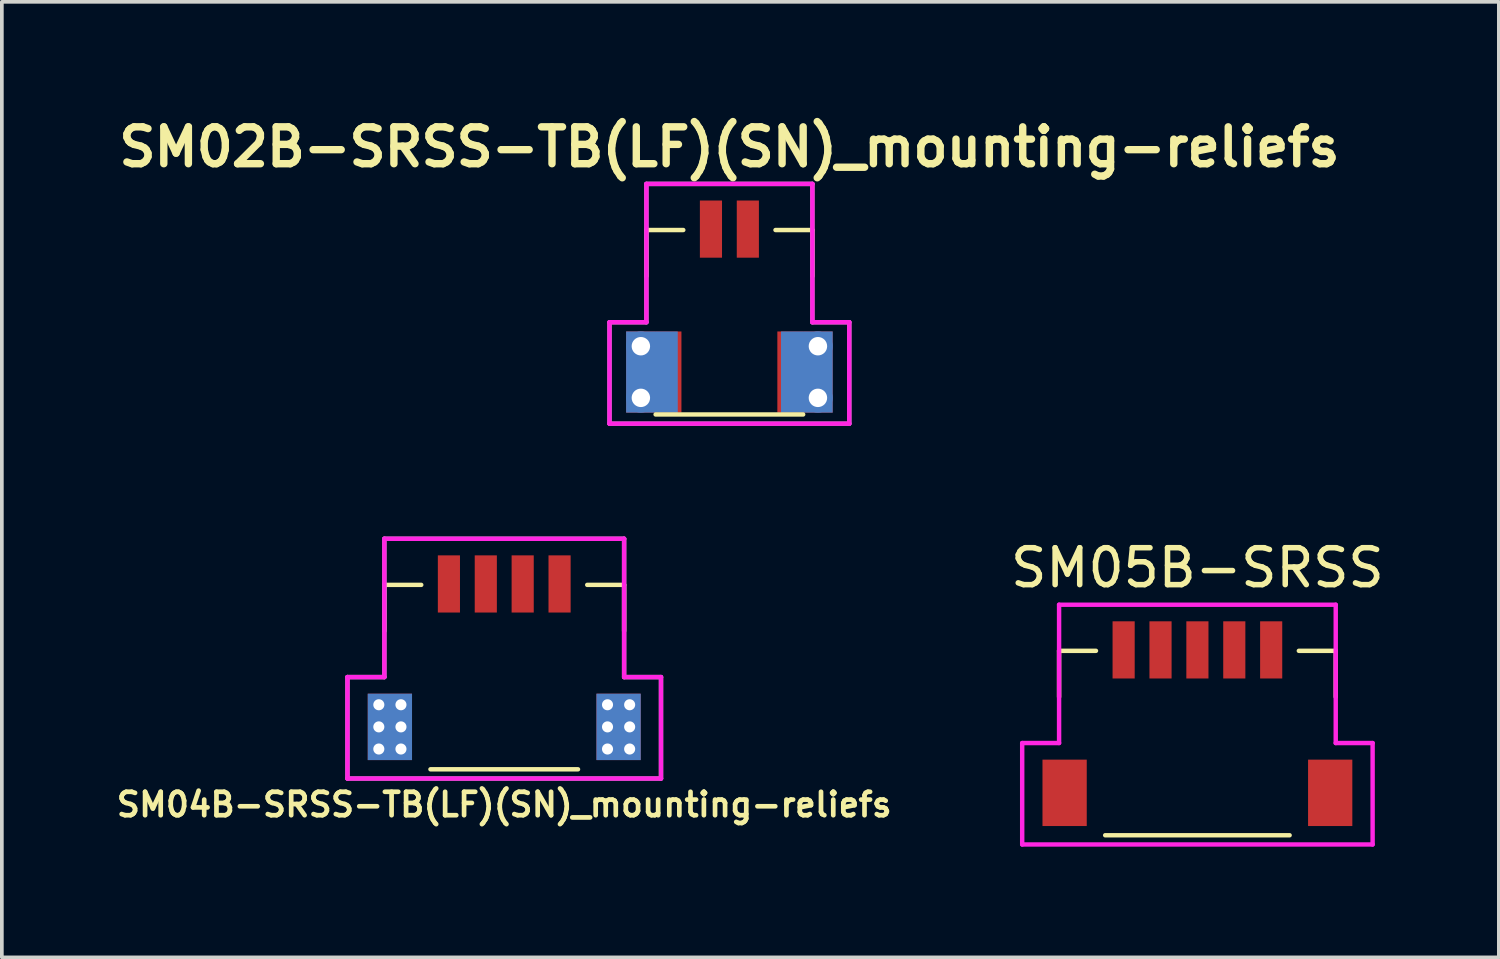
<source format=kicad_pcb>
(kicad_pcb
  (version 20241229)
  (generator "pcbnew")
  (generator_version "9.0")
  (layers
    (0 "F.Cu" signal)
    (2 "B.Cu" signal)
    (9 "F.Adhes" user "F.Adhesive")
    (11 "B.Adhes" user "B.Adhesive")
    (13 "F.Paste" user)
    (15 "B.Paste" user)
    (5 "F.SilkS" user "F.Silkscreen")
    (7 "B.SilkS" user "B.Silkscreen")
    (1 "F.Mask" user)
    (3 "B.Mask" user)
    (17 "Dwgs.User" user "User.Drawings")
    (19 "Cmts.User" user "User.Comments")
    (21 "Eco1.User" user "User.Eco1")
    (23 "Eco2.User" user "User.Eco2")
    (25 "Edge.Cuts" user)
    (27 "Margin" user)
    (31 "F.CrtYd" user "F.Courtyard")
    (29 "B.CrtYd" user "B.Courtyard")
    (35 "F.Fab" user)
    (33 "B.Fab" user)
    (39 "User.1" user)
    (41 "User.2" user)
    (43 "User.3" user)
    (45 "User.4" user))
  (footprint "SM02B-SRSS-TB(LF)(SN)_mounting-reliefs"
    (layer "F.Cu")
    (at 16.724 3.936)
    (property "Reference" "SM02B-SRSS-TB(LF)(SN)_mounting-reliefs" (at 0 -3 180) (layer "F.SilkS") (effects (font (size 1 1) (thickness 0.2))))
    (attr through_hole)
    (fp_line (start -2.25 -0.75) (end -1.25 -0.75) (stroke (width 0.12) (type solid)) (layer "F.SilkS"))
    (fp_line (start -2.25 0.5) (end -2.25 -0.75) (stroke (width 0.12) (type solid)) (layer "F.SilkS"))
    (fp_line (start -2 4.25) (end 2 4.25) (stroke (width 0.12) (type solid)) (layer "F.SilkS"))
    (fp_line (start 2.25 -0.75) (end 1.25 -0.75) (stroke (width 0.12) (type solid)) (layer "F.SilkS"))
    (fp_line (start 2.25 0.5) (end 2.25 -0.75) (stroke (width 0.12) (type solid)) (layer "F.SilkS"))
    (fp_line (start -3.25 1.75) (end -2.25 1.75) (stroke (width 0.12) (type solid)) (layer "F.CrtYd"))
    (fp_line (start -3.25 4.5) (end -3.25 1.75) (stroke (width 0.12) (type solid)) (layer "F.CrtYd"))
    (fp_line (start -2.25 -2) (end 2.25 -2) (stroke (width 0.12) (type solid)) (layer "F.CrtYd"))
    (fp_line (start -2.25 1.75) (end -2.25 -2) (stroke (width 0.12) (type solid)) (layer "F.CrtYd"))
    (fp_line (start 2.25 -2) (end 2.25 1.75) (stroke (width 0.12) (type solid)) (layer "F.CrtYd"))
    (fp_line (start 3.25 1.75) (end 2.25 1.75) (stroke (width 0.12) (type solid)) (layer "F.CrtYd"))
    (fp_line (start 3.25 1.75) (end 3.25 4.5) (stroke (width 0.12) (type solid)) (layer "F.CrtYd"))
    (fp_line (start 3.25 4.5) (end -3.25 4.5) (stroke (width 0.12) (type solid)) (layer "F.CrtYd"))
    (fp_line (start -3.25 1.75) (end -2.25 1.75) (stroke (width 0.12) (type solid)) (layer "F.Fab"))
    (fp_line (start -3.25 4.5) (end -3.25 1.75) (stroke (width 0.12) (type solid)) (layer "F.Fab"))
    (fp_line (start -2.25 -2) (end 2.25 -2) (stroke (width 0.12) (type solid)) (layer "F.Fab"))
    (fp_line (start -2.25 1.75) (end -2.25 -2) (stroke (width 0.12) (type solid)) (layer "F.Fab"))
    (fp_line (start 2.25 -2) (end 2.25 1.75) (stroke (width 0.12) (type solid)) (layer "F.Fab"))
    (fp_line (start 2.25 1.75) (end 3.25 1.75) (stroke (width 0.12) (type solid)) (layer "F.Fab"))
    (fp_line (start 3.25 1.75) (end 3.25 4.5) (stroke (width 0.12) (type solid)) (layer "F.Fab"))
    (fp_line (start 3.25 4.5) (end -3.25 4.5) (stroke (width 0.12) (type solid)) (layer "F.Fab"))
    (pad "1" smd rect (at -0.5 -0.775) (size 0.6 1.55) (layers "F.Cu" "F.Mask" "F.Paste"))
    (pad "2" smd rect (at 0.5 -0.775) (size 0.6 1.55) (layers "F.Cu" "F.Mask" "F.Paste"))
    (pad "MP" thru_hole circle (at -2.4 2.4) (size 0.8 0.8) (drill 0.5) (layers "*.Cu") (remove_unused_layers yes) (keep_end_layers yes) (zone_layer_connections))
    (pad "MP" smd rect (at -2.4 3.1) (size 0.8 2.2) (layers "F.Cu"))
    (pad "MP" thru_hole circle (at -2.4 3.8) (size 0.8 0.8) (drill 0.5) (layers "*.Cu"))
    (pad "MP" smd rect (at -2.1 3.1) (size 1.4 2.2) (layers "B.Cu"))
    (pad "MP" smd rect (at -1.65 3.1) (size 0.7 2.2) (layers "F.Cu" "F.Mask" "F.Paste"))
    (pad "MP" smd rect (at 1.65 3.1 180) (size 0.7 2.2) (layers "F.Cu" "F.Mask" "F.Paste"))
    (pad "MP" smd rect (at 2.1 3.1 180) (size 1.4 2.2) (layers "B.Cu"))
    (pad "MP" thru_hole circle (at 2.4 2.4 180) (size 0.8 0.8) (drill 0.5) (layers "*.Cu"))
    (pad "MP" smd rect (at 2.4 3.1 180) (size 0.8 2.2) (layers "F.Cu"))
    (pad "MP" thru_hole circle (at 2.4 3.8 180) (size 0.8 0.8) (drill 0.5) (layers "*.Cu") (remove_unused_layers yes) (keep_end_layers yes) (zone_layer_connections)))
  (footprint "SM04B-SRSS-TB(LF)(SN)_mounting-reliefs"
    (layer "F.Cu")
    (at 10.62 13.556)
    (property "Reference" "SM04B-SRSS-TB(LF)(SN)_mounting-reliefs" (at 0 5.207 180) (layer "F.SilkS") (effects (font (size 0.635 0.635) (thickness 0.127))))
    (attr smd)
    (fp_line (start -3.25 -0.75) (end -2.25 -0.75) (stroke (width 0.12) (type solid)) (layer "F.SilkS"))
    (fp_line (start -3.25 0.5) (end -3.25 -0.75) (stroke (width 0.12) (type solid)) (layer "F.SilkS"))
    (fp_line (start -2 4.25) (end 2 4.25) (stroke (width 0.12) (type solid)) (layer "F.SilkS"))
    (fp_line (start 3.25 -0.75) (end 2.25 -0.75) (stroke (width 0.12) (type solid)) (layer "F.SilkS"))
    (fp_line (start 3.25 0.5) (end 3.25 -0.75) (stroke (width 0.12) (type solid)) (layer "F.SilkS"))
    (fp_line (start -4.25 1.75) (end -3.25 1.75) (stroke (width 0.12) (type solid)) (layer "F.CrtYd"))
    (fp_line (start -4.25 4.5) (end -4.25 1.75) (stroke (width 0.12) (type solid)) (layer "F.CrtYd"))
    (fp_line (start -3.25 -2) (end 3.25 -2) (stroke (width 0.12) (type solid)) (layer "F.CrtYd"))
    (fp_line (start -3.25 1.75) (end -3.25 -2) (stroke (width 0.12) (type solid)) (layer "F.CrtYd"))
    (fp_line (start 3.25 -2) (end 3.25 1.75) (stroke (width 0.12) (type solid)) (layer "F.CrtYd"))
    (fp_line (start 4.25 1.75) (end 3.25 1.75) (stroke (width 0.12) (type solid)) (layer "F.CrtYd"))
    (fp_line (start 4.25 1.75) (end 4.25 4.5) (stroke (width 0.12) (type solid)) (layer "F.CrtYd"))
    (fp_line (start 4.25 4.5) (end -4.25 4.5) (stroke (width 0.12) (type solid)) (layer "F.CrtYd"))
    (fp_line (start -4.25 1.75) (end -3.25 1.75) (stroke (width 0.12) (type solid)) (layer "F.Fab"))
    (fp_line (start -4.25 4.5) (end -4.25 1.75) (stroke (width 0.12) (type solid)) (layer "F.Fab"))
    (fp_line (start -3.25 -2) (end 3.25 -2) (stroke (width 0.12) (type solid)) (layer "F.Fab"))
    (fp_line (start -3.25 1.75) (end -3.25 -2) (stroke (width 0.12) (type solid)) (layer "F.Fab"))
    (fp_line (start 3.25 -2) (end 3.25 1.75) (stroke (width 0.12) (type solid)) (layer "F.Fab"))
    (fp_line (start 3.25 1.75) (end 4.25 1.75) (stroke (width 0.12) (type solid)) (layer "F.Fab"))
    (fp_line (start 4.25 1.75) (end 4.25 4.5) (stroke (width 0.12) (type solid)) (layer "F.Fab"))
    (fp_line (start 4.25 4.5) (end -4.25 4.5) (stroke (width 0.12) (type solid)) (layer "F.Fab"))
    (pad "1" smd rect (at -1.5 -0.775) (size 0.6 1.55) (layers "F.Cu" "F.Mask" "F.Paste"))
    (pad "2" smd rect (at -0.5 -0.775) (size 0.6 1.55) (layers "F.Cu" "F.Mask" "F.Paste"))
    (pad "3" smd rect (at 0.5 -0.775) (size 0.6 1.55) (layers "F.Cu" "F.Mask" "F.Paste"))
    (pad "4" smd rect (at 1.5 -0.775) (size 0.6 1.55) (layers "F.Cu" "F.Mask" "F.Paste"))
    (pad "MP" thru_hole circle (at -3.4 2.5) (size 0.4 0.4) (drill 0.3) (layers "*.Cu" "F.Mask") (remove_unused_layers yes) (keep_end_layers yes) (zone_layer_connections))
    (pad "MP" thru_hole circle (at -3.4 3.1) (size 0.4 0.4) (drill 0.3) (layers "*.Cu" "F.Mask"))
    (pad "MP" thru_hole circle (at -3.4 3.7) (size 0.4 0.4) (drill 0.3) (layers "*.Cu" "F.Mask"))
    (pad "MP" smd rect (at -3.1 3.1) (size 1.2 1.8) (layers "F.Cu" "F.Mask" "F.Paste"))
    (pad "MP" smd rect (at -3.1 3.1) (size 1.2 1.8) (layers "B.Cu"))
    (pad "MP" thru_hole circle (at -2.8 2.5) (size 0.4 0.4) (drill 0.3) (layers "*.Cu" "F.Mask"))
    (pad "MP" thru_hole circle (at -2.8 3.1) (size 0.4 0.4) (drill 0.3) (layers "*.Cu" "F.Mask") (remove_unused_layers yes) (keep_end_layers yes) (zone_layer_connections))
    (pad "MP" thru_hole circle (at -2.8 3.7) (size 0.4 0.4) (drill 0.3) (layers "*.Cu" "F.Mask") (remove_unused_layers yes) (keep_end_layers yes) (zone_layer_connections))
    (pad "MP" thru_hole circle (at 2.8 2.5 90) (size 0.4 0.4) (drill 0.3) (layers "*.Cu" "F.Mask"))
    (pad "MP" thru_hole circle (at 2.8 3.1) (size 0.4 0.4) (drill 0.3) (layers "*.Cu" "F.Mask") (remove_unused_layers yes) (keep_end_layers yes) (zone_layer_connections))
    (pad "MP" thru_hole circle (at 2.8 3.7) (size 0.4 0.4) (drill 0.3) (layers "*.Cu" "F.Mask"))
    (pad "MP" smd rect (at 3.1 3.1) (size 1.2 1.8) (layers "F.Cu" "F.Mask" "F.Paste"))
    (pad "MP" smd rect (at 3.1 3.1) (size 1.2 1.8) (layers "B.Cu"))
    (pad "MP" thru_hole circle (at 3.4 2.5) (size 0.4 0.4) (drill 0.3) (layers "*.Cu" "F.Mask"))
    (pad "MP" thru_hole circle (at 3.4 3.1) (size 0.4 0.4) (drill 0.3) (layers "*.Cu" "F.Mask"))
    (pad "MP" thru_hole circle (at 3.4 3.7) (size 0.4 0.4) (drill 0.3) (layers "*.Cu" "F.Mask")))
  (footprint "SM05B-SRSS"
    (layer "F.Cu")
    (at 29.412 15.344)
    (property "Reference" "SM05B-SRSS" (at 0 -3 0) (layer "F.SilkS") (effects (font (size 1 1) (thickness 0.15))))
    (attr through_hole)
    (fp_line (start -3.75 -0.75) (end -2.75 -0.75) (stroke (width 0.12) (type solid)) (layer "F.SilkS"))
    (fp_line (start -3.75 0.5) (end -3.75 -0.75) (stroke (width 0.12) (type solid)) (layer "F.SilkS"))
    (fp_line (start -2.5 4.25) (end 2.5 4.25) (stroke (width 0.12) (type solid)) (layer "F.SilkS"))
    (fp_line (start 3.75 -0.75) (end 2.75 -0.75) (stroke (width 0.12) (type solid)) (layer "F.SilkS"))
    (fp_line (start 3.75 0.5) (end 3.75 -0.75) (stroke (width 0.12) (type solid)) (layer "F.SilkS"))
    (fp_line (start -4.75 1.75) (end -3.75 1.75) (stroke (width 0.12) (type solid)) (layer "F.CrtYd"))
    (fp_line (start -4.75 4.5) (end -4.75 1.75) (stroke (width 0.12) (type solid)) (layer "F.CrtYd"))
    (fp_line (start -3.75 -2) (end 3.75 -2) (stroke (width 0.12) (type solid)) (layer "F.CrtYd"))
    (fp_line (start -3.75 1.75) (end -3.75 -2) (stroke (width 0.12) (type solid)) (layer "F.CrtYd"))
    (fp_line (start 3.75 -2) (end 3.75 1.75) (stroke (width 0.12) (type solid)) (layer "F.CrtYd"))
    (fp_line (start 3.75 1.75) (end 4.75 1.75) (stroke (width 0.12) (type solid)) (layer "F.CrtYd"))
    (fp_line (start 4.75 1.75) (end 4.75 4.5) (stroke (width 0.12) (type solid)) (layer "F.CrtYd"))
    (fp_line (start 4.75 4.5) (end -4.75 4.5) (stroke (width 0.12) (type solid)) (layer "F.CrtYd"))
    (pad "1" smd rect (at -2 -0.775) (size 0.6 1.55) (layers "F.Cu" "F.Mask" "F.Paste"))
    (pad "2" smd rect (at -1 -0.775) (size 0.6 1.55) (layers "F.Cu" "F.Mask" "F.Paste"))
    (pad "3" smd rect (at 0 -0.775) (size 0.6 1.55) (layers "F.Cu" "F.Mask" "F.Paste"))
    (pad "4" smd rect (at 1 -0.775) (size 0.6 1.55) (layers "F.Cu" "F.Mask" "F.Paste"))
    (pad "5" smd rect (at 2 -0.775) (size 0.6 1.55) (layers "F.Cu" "F.Mask" "F.Paste"))
    (pad "6" smd rect (at -3.6 3.1) (size 1.2 1.8) (layers "F.Cu" "F.Mask" "F.Paste"))
    (pad "6" smd rect (at 3.6 3.1) (size 1.2 1.8) (layers "F.Cu" "F.Mask" "F.Paste")))
  (gr_rect
    (start -3 -3)
    (end 37.584 22.904)
    (stroke (width 0.1) (type default))
    (fill no)
    (layer "Edge.Cuts")))
</source>
